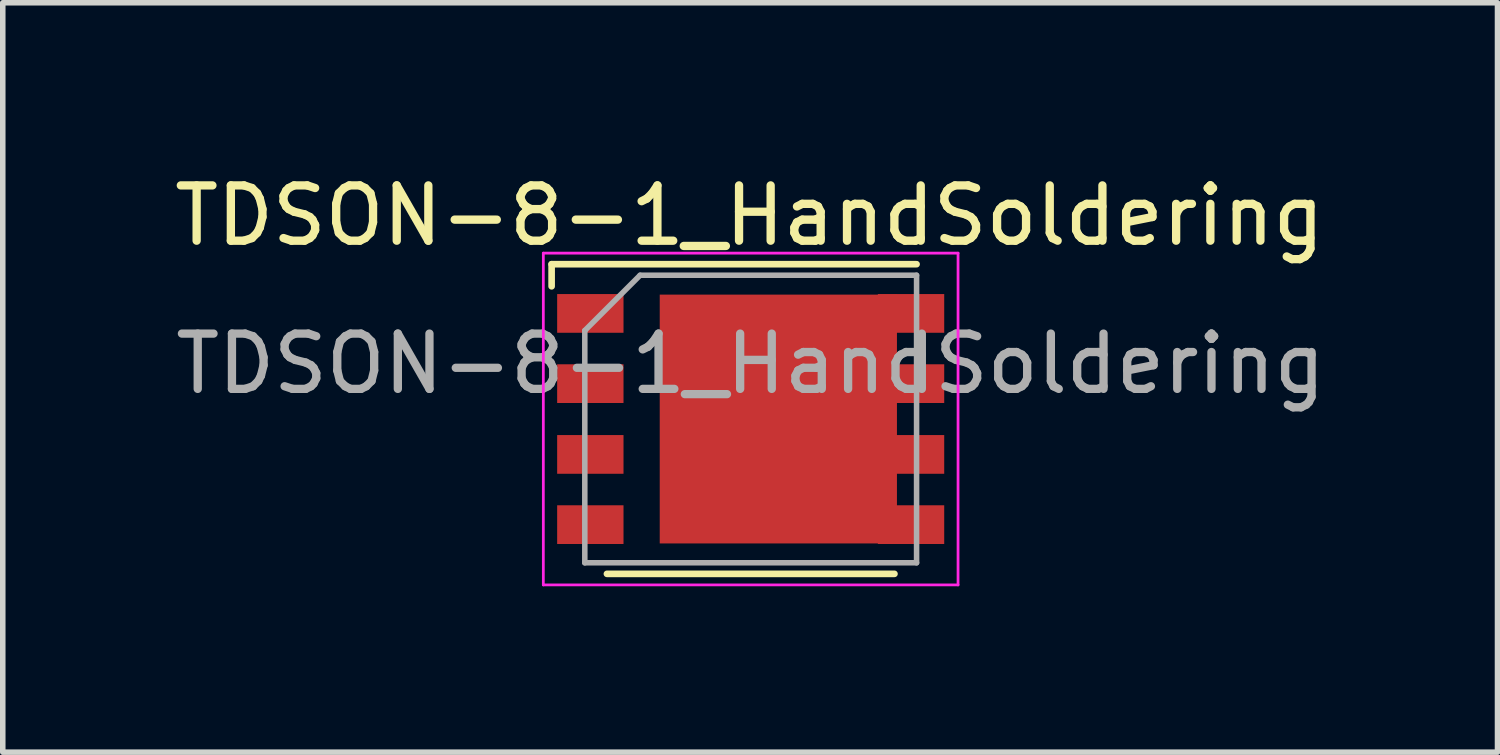
<source format=kicad_pcb>
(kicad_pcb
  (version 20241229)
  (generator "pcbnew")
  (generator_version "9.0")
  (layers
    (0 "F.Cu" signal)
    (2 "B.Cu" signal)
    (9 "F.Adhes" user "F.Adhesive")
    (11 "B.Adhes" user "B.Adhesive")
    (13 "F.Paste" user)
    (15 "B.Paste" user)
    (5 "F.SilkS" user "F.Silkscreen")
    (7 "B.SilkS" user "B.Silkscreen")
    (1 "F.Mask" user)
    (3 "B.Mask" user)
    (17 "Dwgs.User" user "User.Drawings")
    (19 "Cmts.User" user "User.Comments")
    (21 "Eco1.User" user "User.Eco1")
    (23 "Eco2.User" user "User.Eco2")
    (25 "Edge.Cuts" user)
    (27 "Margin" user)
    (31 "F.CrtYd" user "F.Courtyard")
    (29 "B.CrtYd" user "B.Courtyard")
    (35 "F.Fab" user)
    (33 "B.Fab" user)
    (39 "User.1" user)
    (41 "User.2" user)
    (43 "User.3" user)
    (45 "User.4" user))
  (footprint "TDSON-8-1_HandSoldering"
    (layer "F.Cu")
    (at 10.526 4.528)
    (property "Reference" "TDSON-8-1_HandSoldering" (at -0.02 -3.68 0) (layer "F.SilkS") (effects (font (size 1 1) (thickness 0.15))))
    (attr smd)
    (fp_line (start -3.6 -2.8) (end -3.6 -2.4) (stroke (width 0.12) (type solid)) (layer "F.SilkS"))
    (fp_line (start 2.6 2.8) (end -2.6 2.8) (stroke (width 0.12) (type solid)) (layer "F.SilkS"))
    (fp_line (start 3 -2.8) (end -3.6 -2.8) (stroke (width 0.12) (type solid)) (layer "F.SilkS"))
    (fp_line (start -3.75 -3) (end -3.75 3) (stroke (width 0.05) (type solid)) (layer "F.CrtYd"))
    (fp_line (start -3.75 3) (end 3.75 3) (stroke (width 0.05) (type solid)) (layer "F.CrtYd"))
    (fp_line (start 3.75 -3) (end -3.75 -3) (stroke (width 0.05) (type solid)) (layer "F.CrtYd"))
    (fp_line (start 3.75 3) (end 3.75 -3) (stroke (width 0.05) (type solid)) (layer "F.CrtYd"))
    (fp_line (start -3 2.6) (end -3 -1.6) (stroke (width 0.1) (type solid)) (layer "F.Fab"))
    (fp_line (start -2 -2.6) (end -3 -1.6) (stroke (width 0.1) (type solid)) (layer "F.Fab"))
    (fp_line (start -2 -2.6) (end 3 -2.6) (stroke (width 0.1) (type solid)) (layer "F.Fab"))
    (fp_line (start 3 -2.6) (end 3 2.6) (stroke (width 0.1) (type solid)) (layer "F.Fab"))
    (fp_line (start 3 2.6) (end -3 2.6) (stroke (width 0.1) (type solid)) (layer "F.Fab"))
    (fp_text user "${REFERENCE}" (at 0 -1 0) (layer "F.Fab") (effects (font (size 1 1) (thickness 0.15))))
    (pad "1" smd rect (at -2.9 -1.91 270) (size 0.7 1.2) (layers "F.Cu" "F.Mask" "F.Paste"))
    (pad "2" smd rect (at -2.9 -0.64 270) (size 0.7 1.2) (layers "F.Cu" "F.Mask" "F.Paste"))
    (pad "3" smd rect (at -2.9 0.64 270) (size 0.7 1.2) (layers "F.Cu" "F.Mask" "F.Paste"))
    (pad "4" smd rect (at -2.9 1.91 270) (size 0.7 1.2) (layers "F.Cu" "F.Mask" "F.Paste"))
    (pad "5" smd rect (at -0.75 -1.09 270) (size 1.55 1.2) (layers "F.Cu" "F.Mask" "F.Paste"))
    (pad "5" smd rect (at -0.75 1.09 270) (size 1.55 1.2) (layers "F.Cu" "F.Mask" "F.Paste"))
    (pad "5" smd rect (at 0.5 0 270) (size 4.5 4.29) (layers "F.Cu" "F.Mask" "F.Paste"))
    (pad "5" smd rect (at 1.25 -1.09 270) (size 1.55 1.6) (layers "F.Cu" "F.Mask" "F.Paste"))
    (pad "5" smd rect (at 1.25 1.09 270) (size 1.55 1.6) (layers "F.Cu" "F.Mask" "F.Paste"))
    (pad "5" smd rect (at 2.9 -1.91 270) (size 0.7 1.2) (layers "F.Cu" "F.Mask" "F.Paste"))
    (pad "5" smd rect (at 2.9 -0.64 270) (size 0.7 1.2) (layers "F.Cu" "F.Mask" "F.Paste"))
    (pad "5" smd rect (at 2.9 0.64 270) (size 0.7 1.2) (layers "F.Cu" "F.Mask" "F.Paste"))
    (pad "5" smd rect (at 2.9 1.91 270) (size 0.7 1.2) (layers "F.Cu" "F.Mask" "F.Paste")))
  (gr_rect
    (start -3 -3)
    (end 24.032 10.553)
    (stroke (width 0.1) (type default))
    (fill no)
    (layer "Edge.Cuts")))
</source>
